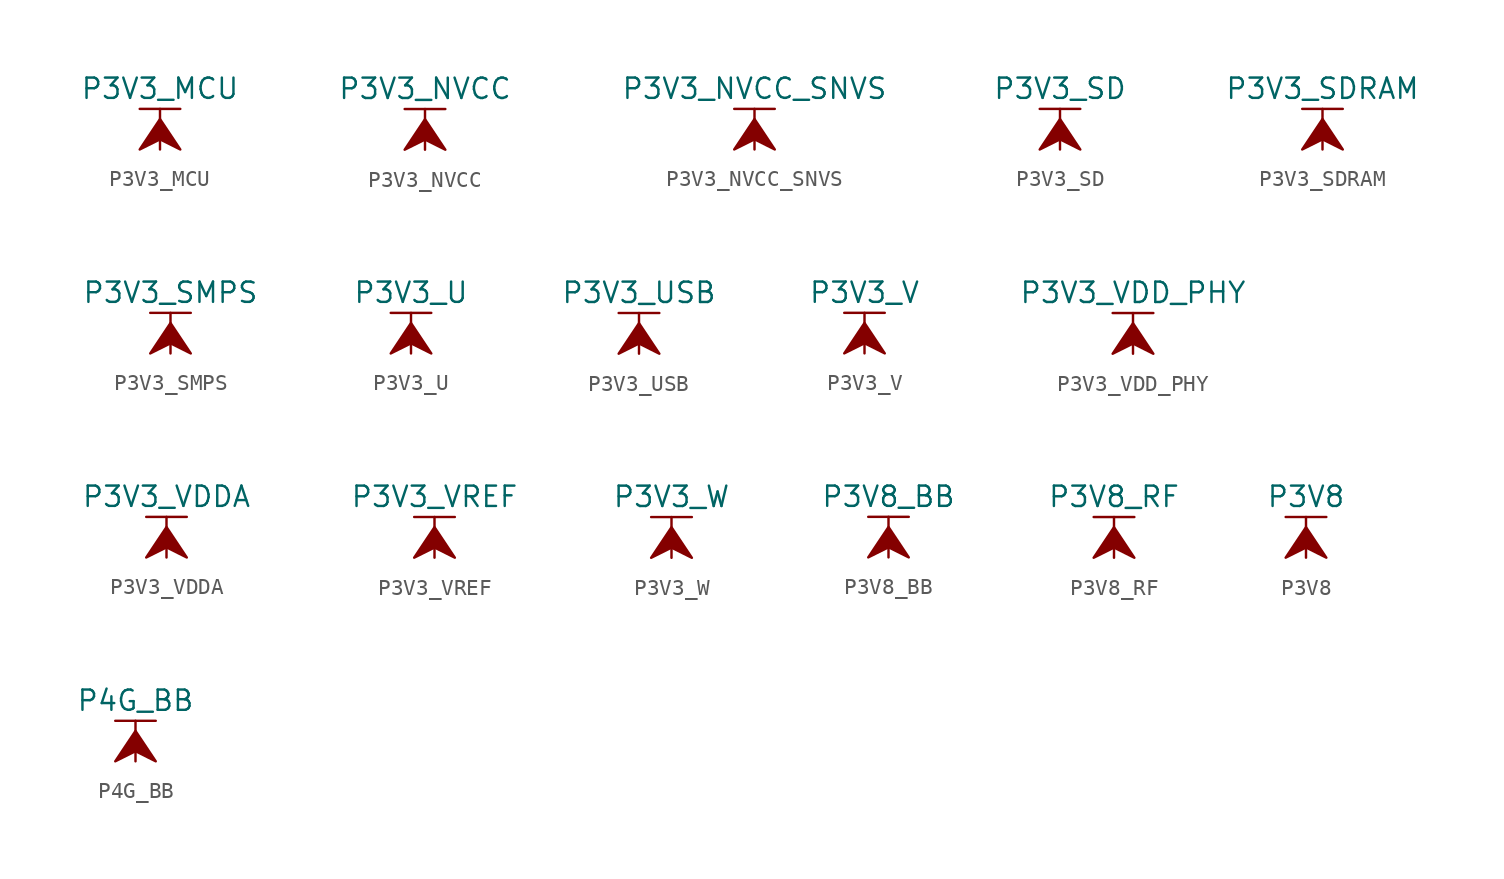
<source format=kicad_sym>
(kicad_symbol_lib
  (version 20211014)
  (generator kicad_symbol_editor)
  (symbol "P3V3_MCU"
    (power)
    (pin_names
      (offset 0))
    (property "Reference" "#PWR"
      (at 0 -3.81 0)
      (effects (font (size 1.27 1.27)) hide))
    (property "Value" "P3V3_MCU"
      (at 0 3.81 0)
      (effects (font (size 1.27 1.27))))
    (symbol "P3V3_MCU_0_1"
      (polyline (pts (xy -1.27 2.54) (xy 1.27 2.54)) (stroke (width 0.152) (type default) (color 0 0 0 0)) (fill (type none)))
      (polyline (pts (xy 0 0) (xy 0 2.54)) (stroke (width 0.152) (type default) (color 0 0 0 0)) (fill (type none)))
      (polyline (pts (xy 0 1.905) (xy -1.27 0) (xy 0 0.635) (xy 1.27 0) (xy 0 1.905)) (stroke (width 0.152) (type default) (color 0 0 0 0)) (fill (type outline))))
    (symbol "P3V3_MCU_1_1"
      (pin power_in line (at 0 0 90) (length 0) hide (name "P3V3_MCU" (effects (font (size 1.27 1.27)))) (number "1" (effects (font (size 1.27 1.27)))))))
  (symbol "P3V3_NVCC"
    (power)
    (pin_names
      (offset 0))
    (property "Reference" "#PWR"
      (at 0 -3.81 0)
      (effects (font (size 1.27 1.27)) hide))
    (property "Value" "P3V3_NVCC"
      (at 0 3.81 0)
      (effects (font (size 1.27 1.27))))
    (symbol "P3V3_NVCC_0_1"
      (polyline (pts (xy -1.27 2.54) (xy 1.27 2.54)) (stroke (width 0.152) (type default) (color 0 0 0 0)) (fill (type none)))
      (polyline (pts (xy 0 0) (xy 0 2.54)) (stroke (width 0.152) (type default) (color 0 0 0 0)) (fill (type none)))
      (polyline (pts (xy 0 1.905) (xy -1.27 0) (xy 0 0.635) (xy 1.27 0) (xy 0 1.905)) (stroke (width 0.152) (type default) (color 0 0 0 0)) (fill (type outline))))
    (symbol "P3V3_NVCC_1_1"
      (pin power_in line (at 0 0 90) (length 0) hide (name "P3V3_NVCC" (effects (font (size 1.27 1.27)))) (number "1" (effects (font (size 1.27 1.27)))))))
  (symbol "P3V3_NVCC_SNVS"
    (power)
    (pin_names
      (offset 0))
    (property "Reference" "#PWR"
      (at 0 -3.81 0)
      (effects (font (size 1.27 1.27)) hide))
    (property "Value" "P3V3_NVCC_SNVS"
      (at 0 3.81 0)
      (effects (font (size 1.27 1.27))))
    (symbol "P3V3_NVCC_SNVS_0_1"
      (polyline (pts (xy -1.27 2.54) (xy 1.27 2.54)) (stroke (width 0.152) (type default) (color 0 0 0 0)) (fill (type none)))
      (polyline (pts (xy 0 0) (xy 0 2.54)) (stroke (width 0.152) (type default) (color 0 0 0 0)) (fill (type none)))
      (polyline (pts (xy 0 1.905) (xy -1.27 0) (xy 0 0.635) (xy 1.27 0) (xy 0 1.905)) (stroke (width 0.152) (type default) (color 0 0 0 0)) (fill (type outline))))
    (symbol "P3V3_NVCC_SNVS_1_1"
      (pin power_in line (at 0 0 90) (length 0) hide (name "P3V3_NVCC_SNVS" (effects (font (size 1.27 1.27)))) (number "1" (effects (font (size 1.27 1.27)))))))
  (symbol "P3V3_SD"
    (power)
    (pin_names
      (offset 0))
    (property "Reference" "#PWR"
      (at 0 -3.81 0)
      (effects (font (size 1.27 1.27)) hide))
    (property "Value" "P3V3_SD"
      (at 0 3.81 0)
      (effects (font (size 1.27 1.27))))
    (symbol "P3V3_SD_0_1"
      (polyline (pts (xy -1.27 2.54) (xy 1.27 2.54)) (stroke (width 0.152) (type default) (color 0 0 0 0)) (fill (type none)))
      (polyline (pts (xy 0 0) (xy 0 2.54)) (stroke (width 0.152) (type default) (color 0 0 0 0)) (fill (type none)))
      (polyline (pts (xy 0 1.905) (xy -1.27 0) (xy 0 0.635) (xy 1.27 0) (xy 0 1.905)) (stroke (width 0.152) (type default) (color 0 0 0 0)) (fill (type outline))))
    (symbol "P3V3_SD_1_1"
      (pin power_in line (at 0 0 90) (length 0) hide (name "P3V3_SD" (effects (font (size 1.27 1.27)))) (number "1" (effects (font (size 1.27 1.27)))))))
  (symbol "P3V3_SDRAM"
    (power)
    (pin_names
      (offset 0))
    (property "Reference" "#PWR"
      (at 0 -3.81 0)
      (effects (font (size 1.27 1.27)) hide))
    (property "Value" "P3V3_SDRAM"
      (at 0 3.81 0)
      (effects (font (size 1.27 1.27))))
    (symbol "P3V3_SDRAM_0_1"
      (polyline (pts (xy -1.27 2.54) (xy 1.27 2.54)) (stroke (width 0.152) (type default) (color 0 0 0 0)) (fill (type none)))
      (polyline (pts (xy 0 0) (xy 0 2.54)) (stroke (width 0.152) (type default) (color 0 0 0 0)) (fill (type none)))
      (polyline (pts (xy 0 1.905) (xy -1.27 0) (xy 0 0.635) (xy 1.27 0) (xy 0 1.905)) (stroke (width 0.152) (type default) (color 0 0 0 0)) (fill (type outline))))
    (symbol "P3V3_SDRAM_1_1"
      (pin power_in line (at 0 0 90) (length 0) hide (name "P3V3_SDRAM" (effects (font (size 1.27 1.27)))) (number "1" (effects (font (size 1.27 1.27)))))))
  (symbol "P3V3_SMPS"
    (power)
    (pin_names
      (offset 0))
    (property "Reference" "#PWR"
      (at 0 -3.81 0)
      (effects (font (size 1.27 1.27)) hide))
    (property "Value" "P3V3_SMPS"
      (at 0 3.81 0)
      (effects (font (size 1.27 1.27))))
    (symbol "P3V3_SMPS_0_1"
      (polyline (pts (xy -1.27 2.54) (xy 1.27 2.54)) (stroke (width 0.152) (type default) (color 0 0 0 0)) (fill (type none)))
      (polyline (pts (xy 0 0) (xy 0 2.54)) (stroke (width 0.152) (type default) (color 0 0 0 0)) (fill (type none)))
      (polyline (pts (xy 0 1.905) (xy -1.27 0) (xy 0 0.635) (xy 1.27 0) (xy 0 1.905)) (stroke (width 0.152) (type default) (color 0 0 0 0)) (fill (type outline))))
    (symbol "P3V3_SMPS_1_1"
      (pin power_in line (at 0 0 90) (length 0) hide (name "P3V3_SMPS" (effects (font (size 1.27 1.27)))) (number "1" (effects (font (size 1.27 1.27)))))))
  (symbol "P3V3_U"
    (power)
    (pin_names
      (offset 0))
    (property "Reference" "#PWR"
      (at 0 -3.81 0)
      (effects (font (size 1.27 1.27)) hide))
    (property "Value" "P3V3_U"
      (at 0 3.81 0)
      (effects (font (size 1.27 1.27))))
    (symbol "P3V3_U_0_1"
      (polyline (pts (xy -1.27 2.54) (xy 1.27 2.54)) (stroke (width 0.152) (type default) (color 0 0 0 0)) (fill (type none)))
      (polyline (pts (xy 0 0) (xy 0 2.54)) (stroke (width 0.152) (type default) (color 0 0 0 0)) (fill (type none)))
      (polyline (pts (xy 0 1.905) (xy -1.27 0) (xy 0 0.635) (xy 1.27 0) (xy 0 1.905)) (stroke (width 0.152) (type default) (color 0 0 0 0)) (fill (type outline))))
    (symbol "P3V3_U_1_1"
      (pin power_in line (at 0 0 90) (length 0) hide (name "P3V3_U" (effects (font (size 1.27 1.27)))) (number "1" (effects (font (size 1.27 1.27)))))))
  (symbol "P3V3_USB"
    (power)
    (pin_names
      (offset 0))
    (property "Reference" "#PWR"
      (at 0 -3.81 0)
      (effects (font (size 1.27 1.27)) hide))
    (property "Value" "P3V3_USB"
      (at 0 3.81 0)
      (effects (font (size 1.27 1.27))))
    (symbol "P3V3_USB_0_1"
      (polyline (pts (xy -1.27 2.54) (xy 1.27 2.54)) (stroke (width 0.152) (type default) (color 0 0 0 0)) (fill (type none)))
      (polyline (pts (xy 0 0) (xy 0 2.54)) (stroke (width 0.152) (type default) (color 0 0 0 0)) (fill (type none)))
      (polyline (pts (xy 0 1.905) (xy -1.27 0) (xy 0 0.635) (xy 1.27 0) (xy 0 1.905)) (stroke (width 0.152) (type default) (color 0 0 0 0)) (fill (type outline))))
    (symbol "P3V3_USB_1_1"
      (pin power_in line (at 0 0 90) (length 0) hide (name "P3V3_USB" (effects (font (size 1.27 1.27)))) (number "1" (effects (font (size 1.27 1.27)))))))
  (symbol "P3V3_V"
    (power)
    (pin_names
      (offset 0))
    (property "Reference" "#PWR"
      (at 0 -3.81 0)
      (effects (font (size 1.27 1.27)) hide))
    (property "Value" "P3V3_V"
      (at 0 3.81 0)
      (effects (font (size 1.27 1.27))))
    (symbol "P3V3_V_0_1"
      (polyline (pts (xy -1.27 2.54) (xy 1.27 2.54)) (stroke (width 0.152) (type default) (color 0 0 0 0)) (fill (type none)))
      (polyline (pts (xy 0 0) (xy 0 2.54)) (stroke (width 0.152) (type default) (color 0 0 0 0)) (fill (type none)))
      (polyline (pts (xy 0 1.905) (xy -1.27 0) (xy 0 0.635) (xy 1.27 0) (xy 0 1.905)) (stroke (width 0.152) (type default) (color 0 0 0 0)) (fill (type outline))))
    (symbol "P3V3_V_1_1"
      (pin power_in line (at 0 0 90) (length 0) hide (name "P3V3_V" (effects (font (size 1.27 1.27)))) (number "1" (effects (font (size 1.27 1.27)))))))
  (symbol "P3V3_VDD_PHY"
    (power)
    (pin_names
      (offset 0))
    (property "Reference" "#PWR"
      (at 0 -3.81 0)
      (effects (font (size 1.27 1.27)) hide))
    (property "Value" "P3V3_VDD_PHY"
      (at 0 3.81 0)
      (effects (font (size 1.27 1.27))))
    (symbol "P3V3_VDD_PHY_0_1"
      (polyline (pts (xy -1.27 2.54) (xy 1.27 2.54)) (stroke (width 0.152) (type default) (color 0 0 0 0)) (fill (type none)))
      (polyline (pts (xy 0 0) (xy 0 2.54)) (stroke (width 0.152) (type default) (color 0 0 0 0)) (fill (type none)))
      (polyline (pts (xy 0 1.905) (xy -1.27 0) (xy 0 0.635) (xy 1.27 0) (xy 0 1.905)) (stroke (width 0.152) (type default) (color 0 0 0 0)) (fill (type outline))))
    (symbol "P3V3_VDD_PHY_1_1"
      (pin power_in line (at 0 0 90) (length 0) hide (name "P3V3_VDD_PHY" (effects (font (size 1.27 1.27)))) (number "1" (effects (font (size 1.27 1.27)))))))
  (symbol "P3V3_VDDA"
    (power)
    (pin_names
      (offset 0))
    (property "Reference" "#PWR"
      (at 0 -3.81 0)
      (effects (font (size 1.27 1.27)) hide))
    (property "Value" "P3V3_VDDA"
      (at 0 3.81 0)
      (effects (font (size 1.27 1.27))))
    (symbol "P3V3_VDDA_0_1"
      (polyline (pts (xy -1.27 2.54) (xy 1.27 2.54)) (stroke (width 0.152) (type default) (color 0 0 0 0)) (fill (type none)))
      (polyline (pts (xy 0 0) (xy 0 2.54)) (stroke (width 0.152) (type default) (color 0 0 0 0)) (fill (type none)))
      (polyline (pts (xy 0 1.905) (xy -1.27 0) (xy 0 0.635) (xy 1.27 0) (xy 0 1.905)) (stroke (width 0.152) (type default) (color 0 0 0 0)) (fill (type outline))))
    (symbol "P3V3_VDDA_1_1"
      (pin power_in line (at 0 0 90) (length 0) hide (name "P3V3_VDDA" (effects (font (size 1.27 1.27)))) (number "1" (effects (font (size 1.27 1.27)))))))
  (symbol "P3V3_VREF"
    (power)
    (pin_names
      (offset 0))
    (property "Reference" "#PWR"
      (at 0 -3.81 0)
      (effects (font (size 1.27 1.27)) hide))
    (property "Value" "P3V3_VREF"
      (at 0 3.81 0)
      (effects (font (size 1.27 1.27))))
    (symbol "P3V3_VREF_0_1"
      (polyline (pts (xy -1.27 2.54) (xy 1.27 2.54)) (stroke (width 0.152) (type default) (color 0 0 0 0)) (fill (type none)))
      (polyline (pts (xy 0 0) (xy 0 2.54)) (stroke (width 0.152) (type default) (color 0 0 0 0)) (fill (type none)))
      (polyline (pts (xy 0 1.905) (xy -1.27 0) (xy 0 0.635) (xy 1.27 0) (xy 0 1.905)) (stroke (width 0.152) (type default) (color 0 0 0 0)) (fill (type outline))))
    (symbol "P3V3_VREF_1_1"
      (pin power_in line (at 0 0 90) (length 0) hide (name "P3V3_VREF" (effects (font (size 1.27 1.27)))) (number "1" (effects (font (size 1.27 1.27)))))))
  (symbol "P3V3_W"
    (power)
    (pin_names
      (offset 0))
    (property "Reference" "#PWR"
      (at 0 -3.81 0)
      (effects (font (size 1.27 1.27)) hide))
    (property "Value" "P3V3_W"
      (at 0 3.81 0)
      (effects (font (size 1.27 1.27))))
    (symbol "P3V3_W_0_1"
      (polyline (pts (xy -1.27 2.54) (xy 1.27 2.54)) (stroke (width 0.152) (type default) (color 0 0 0 0)) (fill (type none)))
      (polyline (pts (xy 0 0) (xy 0 2.54)) (stroke (width 0.152) (type default) (color 0 0 0 0)) (fill (type none)))
      (polyline (pts (xy 0 1.905) (xy -1.27 0) (xy 0 0.635) (xy 1.27 0) (xy 0 1.905)) (stroke (width 0.152) (type default) (color 0 0 0 0)) (fill (type outline))))
    (symbol "P3V3_W_1_1"
      (pin power_in line (at 0 0 90) (length 0) hide (name "P3V3_W" (effects (font (size 1.27 1.27)))) (number "1" (effects (font (size 1.27 1.27)))))))
  (symbol "P3V8_BB"
    (power)
    (pin_names
      (offset 0))
    (property "Reference" "#PWR"
      (at 0 -3.81 0)
      (effects (font (size 1.27 1.27)) hide))
    (property "Value" "P3V8_BB"
      (at 0 3.81 0)
      (effects (font (size 1.27 1.27))))
    (symbol "P3V8_BB_0_1"
      (polyline (pts (xy -1.27 2.54) (xy 1.27 2.54)) (stroke (width 0.152) (type default) (color 0 0 0 0)) (fill (type none)))
      (polyline (pts (xy 0 0) (xy 0 2.54)) (stroke (width 0.152) (type default) (color 0 0 0 0)) (fill (type none)))
      (polyline (pts (xy 0 1.905) (xy -1.27 0) (xy 0 0.635) (xy 1.27 0) (xy 0 1.905)) (stroke (width 0.152) (type default) (color 0 0 0 0)) (fill (type outline))))
    (symbol "P3V8_BB_1_1"
      (pin power_in line (at 0 0 90) (length 0) hide (name "P3V8_BB" (effects (font (size 1.27 1.27)))) (number "1" (effects (font (size 1.27 1.27)))))))
  (symbol "P3V8_RF"
    (power)
    (pin_names
      (offset 0))
    (property "Reference" "#PWR"
      (at 0 -3.81 0)
      (effects (font (size 1.27 1.27)) hide))
    (property "Value" "P3V8_RF"
      (at 0 3.81 0)
      (effects (font (size 1.27 1.27))))
    (symbol "P3V8_RF_0_1"
      (polyline (pts (xy -1.27 2.54) (xy 1.27 2.54)) (stroke (width 0.152) (type default) (color 0 0 0 0)) (fill (type none)))
      (polyline (pts (xy 0 0) (xy 0 2.54)) (stroke (width 0.152) (type default) (color 0 0 0 0)) (fill (type none)))
      (polyline (pts (xy 0 1.905) (xy -1.27 0) (xy 0 0.635) (xy 1.27 0) (xy 0 1.905)) (stroke (width 0.152) (type default) (color 0 0 0 0)) (fill (type outline))))
    (symbol "P3V8_RF_1_1"
      (pin power_in line (at 0 0 90) (length 0) hide (name "P3V8_RF" (effects (font (size 1.27 1.27)))) (number "1" (effects (font (size 1.27 1.27)))))))
  (symbol "P3V8"
    (power)
    (pin_names
      (offset 0))
    (property "Reference" "#PWR"
      (at 0 -3.81 0)
      (effects (font (size 1.27 1.27)) hide))
    (property "Value" "P3V8"
      (at 0 3.81 0)
      (effects (font (size 1.27 1.27))))
    (symbol "P3V8_0_1"
      (polyline (pts (xy -1.27 2.54) (xy 1.27 2.54)) (stroke (width 0.152) (type default) (color 0 0 0 0)) (fill (type none)))
      (polyline (pts (xy 0 0) (xy 0 2.54)) (stroke (width 0.152) (type default) (color 0 0 0 0)) (fill (type none)))
      (polyline (pts (xy 0 1.905) (xy -1.27 0) (xy 0 0.635) (xy 1.27 0) (xy 0 1.905)) (stroke (width 0.152) (type default) (color 0 0 0 0)) (fill (type outline))))
    (symbol "P3V8_1_1"
      (pin power_in line (at 0 0 90) (length 0) hide (name "P3V8" (effects (font (size 1.27 1.27)))) (number "1" (effects (font (size 1.27 1.27)))))))
  (symbol "P4G_BB"
    (power)
    (pin_names
      (offset 0))
    (property "Reference" "#PWR"
      (at 0 -3.81 0)
      (effects (font (size 1.27 1.27)) hide))
    (property "Value" "P4G_BB"
      (at 0 3.81 0)
      (effects (font (size 1.27 1.27))))
    (symbol "P4G_BB_0_1"
      (polyline (pts (xy -1.27 2.54) (xy 1.27 2.54)) (stroke (width 0.152) (type default) (color 0 0 0 0)) (fill (type none)))
      (polyline (pts (xy 0 0) (xy 0 2.54)) (stroke (width 0.152) (type default) (color 0 0 0 0)) (fill (type none)))
      (polyline (pts (xy 0 1.905) (xy -1.27 0) (xy 0 0.635) (xy 1.27 0) (xy 0 1.905)) (stroke (width 0.152) (type default) (color 0 0 0 0)) (fill (type outline))))
    (symbol "P4G_BB_1_1"
      (pin power_in line (at 0 0 90) (length 0) hide (name "P4G_BB" (effects (font (size 1.27 1.27)))) (number "1" (effects (font (size 1.27 1.27))))))))
</source>
